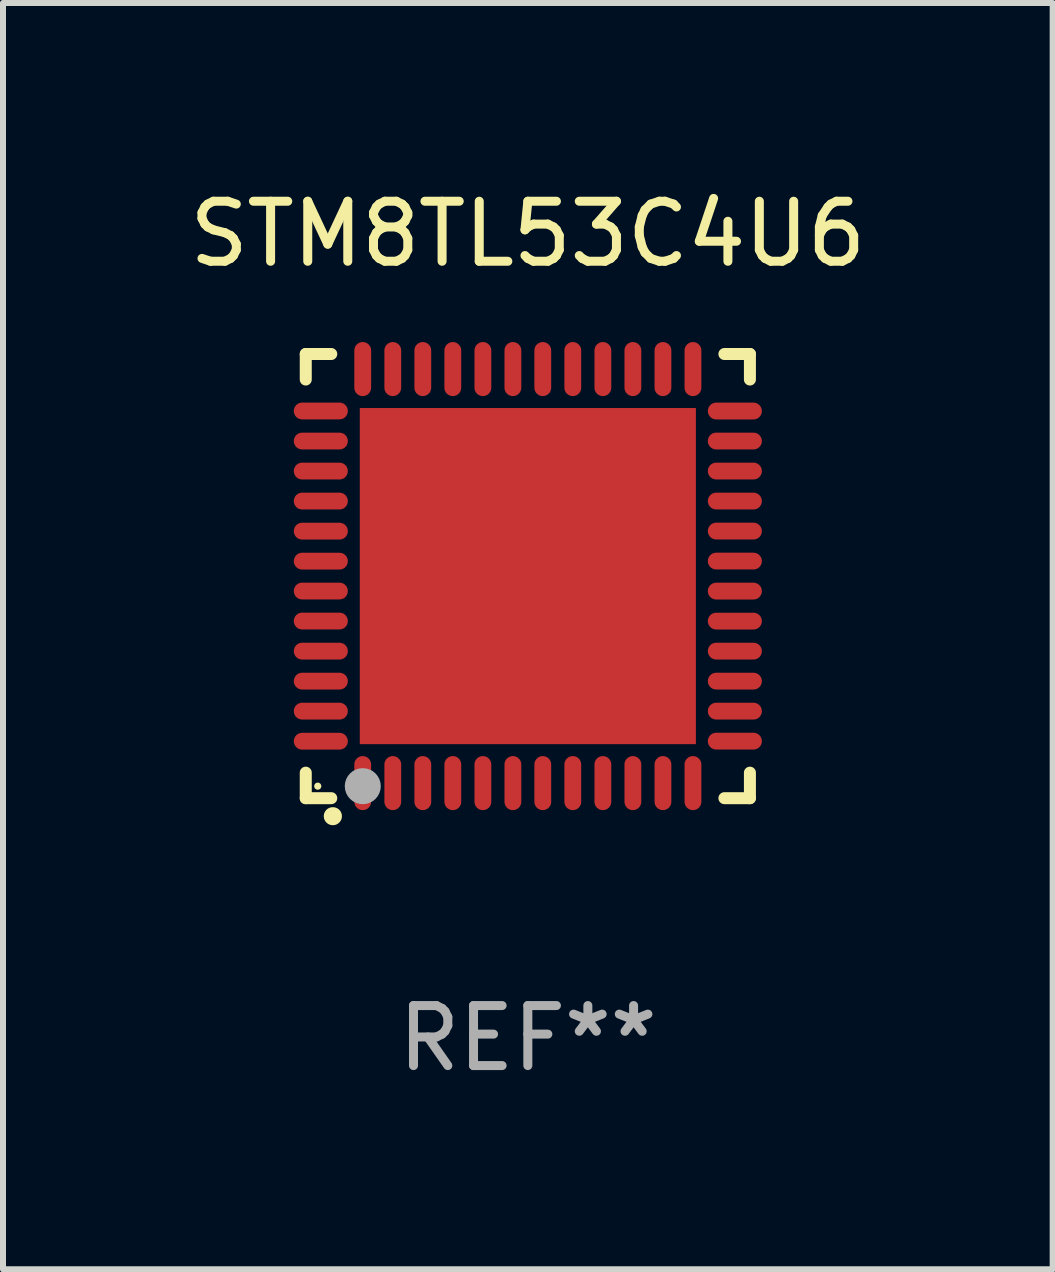
<source format=kicad_pcb>
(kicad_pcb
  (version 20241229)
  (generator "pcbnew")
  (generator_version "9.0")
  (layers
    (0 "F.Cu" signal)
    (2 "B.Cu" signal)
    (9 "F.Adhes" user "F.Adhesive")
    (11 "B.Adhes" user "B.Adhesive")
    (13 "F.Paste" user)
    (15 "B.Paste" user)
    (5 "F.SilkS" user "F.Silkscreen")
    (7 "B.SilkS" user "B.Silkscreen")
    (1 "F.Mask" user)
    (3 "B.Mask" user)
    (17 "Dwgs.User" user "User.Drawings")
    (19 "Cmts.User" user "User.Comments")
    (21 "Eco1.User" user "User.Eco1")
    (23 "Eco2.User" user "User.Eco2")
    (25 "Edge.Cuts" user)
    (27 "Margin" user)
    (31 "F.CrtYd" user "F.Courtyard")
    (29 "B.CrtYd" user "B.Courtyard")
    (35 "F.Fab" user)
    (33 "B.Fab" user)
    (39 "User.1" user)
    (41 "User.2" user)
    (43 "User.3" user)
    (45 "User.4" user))
  (footprint "STM8TL53C4U6"
    (layer "F.Cu")
    (at 5.744 6.548)
    (property "Reference" "STM8TL53C4U6" (at 0 -5.7 0) (layer "F.SilkS") (effects (font (size 1 1) (thickness 0.15))))
    (attr through_hole)
    (fp_line (start -3.7 -3.7) (end -3.275 -3.7) (stroke (width 0.2) (type solid)) (layer "F.SilkS"))
    (fp_line (start -3.7 -3.275) (end -3.7 -3.7) (stroke (width 0.2) (type solid)) (layer "F.SilkS"))
    (fp_line (start -3.7 3.7) (end -3.7 3.275) (stroke (width 0.2) (type solid)) (layer "F.SilkS"))
    (fp_line (start -3.275 3.7) (end -3.7 3.7) (stroke (width 0.2) (type solid)) (layer "F.SilkS"))
    (fp_line (start 3.7 -3.7) (end 3.275 -3.7) (stroke (width 0.2) (type solid)) (layer "F.SilkS"))
    (fp_line (start 3.7 -3.275) (end 3.7 -3.7) (stroke (width 0.2) (type solid)) (layer "F.SilkS"))
    (fp_line (start 3.7 3.275) (end 3.7 3.7) (stroke (width 0.2) (type solid)) (layer "F.SilkS"))
    (fp_line (start 3.7 3.7) (end 3.275 3.7) (stroke (width 0.2) (type solid)) (layer "F.SilkS"))
    (fp_arc (start -3.249936 3.999975) (mid -3.248666 3.99997) (end -3.247396 3.999975) (stroke (width 0.3) (type solid)) (layer "F.SilkS"))
    (fp_circle (center -3.5 3.5) (end -3.47 3.5) (stroke (width 0.06) (type solid)) (fill no) (layer "F.SilkS"))
    (fp_circle (center -2.75 3.5) (end -2.6 3.5) (stroke (width 0.3) (type solid)) (fill no) (layer "F.Fab"))
    (fp_text user "REF**" (at 0 7.7 0) (layer "F.Fab") (effects (font (size 1 1) (thickness 0.15))))
    (pad "1" smd oval (at -2.751 3.449) (size 0.28 0.9) (layers "F.Cu" "F.Mask" "F.Paste"))
    (pad "2" smd oval (at -2.25 3.449) (size 0.28 0.9) (layers "F.Cu" "F.Mask" "F.Paste"))
    (pad "3" smd oval (at -1.75 3.449) (size 0.28 0.9) (layers "F.Cu" "F.Mask" "F.Paste"))
    (pad "4" smd oval (at -1.25 3.449) (size 0.28 0.9) (layers "F.Cu" "F.Mask" "F.Paste"))
    (pad "5" smd oval (at -0.749 3.449) (size 0.28 0.9) (layers "F.Cu" "F.Mask" "F.Paste"))
    (pad "6" smd oval (at -0.249 3.449) (size 0.28 0.9) (layers "F.Cu" "F.Mask" "F.Paste"))
    (pad "7" smd oval (at 0.249 3.449) (size 0.28 0.9) (layers "F.Cu" "F.Mask" "F.Paste"))
    (pad "8" smd oval (at 0.749 3.449) (size 0.28 0.9) (layers "F.Cu" "F.Mask" "F.Paste"))
    (pad "9" smd oval (at 1.25 3.449) (size 0.28 0.9) (layers "F.Cu" "F.Mask" "F.Paste"))
    (pad "10" smd oval (at 1.75 3.449) (size 0.28 0.9) (layers "F.Cu" "F.Mask" "F.Paste"))
    (pad "11" smd oval (at 2.251 3.449) (size 0.28 0.9) (layers "F.Cu" "F.Mask" "F.Paste"))
    (pad "12" smd oval (at 2.751 3.449) (size 0.28 0.9) (layers "F.Cu" "F.Mask" "F.Paste"))
    (pad "13" smd oval (at 3.449 2.75) (size 0.9 0.28) (layers "F.Cu" "F.Mask" "F.Paste"))
    (pad "14" smd oval (at 3.449 2.25) (size 0.9 0.28) (layers "F.Cu" "F.Mask" "F.Paste"))
    (pad "15" smd oval (at 3.449 1.75) (size 0.9 0.28) (layers "F.Cu" "F.Mask" "F.Paste"))
    (pad "16" smd oval (at 3.449 1.25) (size 0.9 0.28) (layers "F.Cu" "F.Mask" "F.Paste"))
    (pad "17" smd oval (at 3.449 0.75) (size 0.9 0.28) (layers "F.Cu" "F.Mask" "F.Paste"))
    (pad "18" smd oval (at 3.449 0.25) (size 0.9 0.28) (layers "F.Cu" "F.Mask" "F.Paste"))
    (pad "19" smd oval (at 3.449 -0.25) (size 0.9 0.28) (layers "F.Cu" "F.Mask" "F.Paste"))
    (pad "20" smd oval (at 3.449 -0.75) (size 0.9 0.28) (layers "F.Cu" "F.Mask" "F.Paste"))
    (pad "21" smd oval (at 3.449 -1.25) (size 0.9 0.28) (layers "F.Cu" "F.Mask" "F.Paste"))
    (pad "22" smd oval (at 3.449 -1.75) (size 0.9 0.28) (layers "F.Cu" "F.Mask" "F.Paste"))
    (pad "23" smd oval (at 3.449 -2.25) (size 0.9 0.28) (layers "F.Cu" "F.Mask" "F.Paste"))
    (pad "24" smd oval (at 3.449 -2.75) (size 0.9 0.28) (layers "F.Cu" "F.Mask" "F.Paste"))
    (pad "25" smd oval (at 2.751 -3.449) (size 0.28 0.9) (layers "F.Cu" "F.Mask" "F.Paste"))
    (pad "26" smd oval (at 2.251 -3.449) (size 0.28 0.9) (layers "F.Cu" "F.Mask" "F.Paste"))
    (pad "27" smd oval (at 1.75 -3.449) (size 0.28 0.9) (layers "F.Cu" "F.Mask" "F.Paste"))
    (pad "28" smd oval (at 1.25 -3.449) (size 0.28 0.9) (layers "F.Cu" "F.Mask" "F.Paste"))
    (pad "29" smd oval (at 0.749 -3.449) (size 0.28 0.9) (layers "F.Cu" "F.Mask" "F.Paste"))
    (pad "30" smd oval (at 0.249 -3.449) (size 0.28 0.9) (layers "F.Cu" "F.Mask" "F.Paste"))
    (pad "31" smd oval (at -0.249 -3.449) (size 0.28 0.9) (layers "F.Cu" "F.Mask" "F.Paste"))
    (pad "32" smd oval (at -0.749 -3.449) (size 0.28 0.9) (layers "F.Cu" "F.Mask" "F.Paste"))
    (pad "33" smd oval (at -1.25 -3.449) (size 0.28 0.9) (layers "F.Cu" "F.Mask" "F.Paste"))
    (pad "34" smd oval (at -1.75 -3.449) (size 0.28 0.9) (layers "F.Cu" "F.Mask" "F.Paste"))
    (pad "35" smd oval (at -2.25 -3.449) (size 0.28 0.9) (layers "F.Cu" "F.Mask" "F.Paste"))
    (pad "36" smd oval (at -2.751 -3.449) (size 0.28 0.9) (layers "F.Cu" "F.Mask" "F.Paste"))
    (pad "37" smd oval (at -3.449 -2.751) (size 0.9 0.28) (layers "F.Cu" "F.Mask" "F.Paste"))
    (pad "38" smd oval (at -3.449 -2.25) (size 0.9 0.28) (layers "F.Cu" "F.Mask" "F.Paste"))
    (pad "39" smd oval (at -3.449 -1.75) (size 0.9 0.28) (layers "F.Cu" "F.Mask" "F.Paste"))
    (pad "40" smd oval (at -3.449 -1.25) (size 0.9 0.28) (layers "F.Cu" "F.Mask" "F.Paste"))
    (pad "41" smd oval (at -3.449 -0.749) (size 0.9 0.28) (layers "F.Cu" "F.Mask" "F.Paste"))
    (pad "42" smd oval (at -3.449 -0.249) (size 0.9 0.28) (layers "F.Cu" "F.Mask" "F.Paste"))
    (pad "43" smd oval (at -3.449 0.249) (size 0.9 0.28) (layers "F.Cu" "F.Mask" "F.Paste"))
    (pad "44" smd oval (at -3.449 0.749) (size 0.9 0.28) (layers "F.Cu" "F.Mask" "F.Paste"))
    (pad "45" smd oval (at -3.449 1.25) (size 0.9 0.28) (layers "F.Cu" "F.Mask" "F.Paste"))
    (pad "46" smd oval (at -3.449 1.75) (size 0.9 0.28) (layers "F.Cu" "F.Mask" "F.Paste"))
    (pad "47" smd oval (at -3.449 2.25) (size 0.9 0.28) (layers "F.Cu" "F.Mask" "F.Paste"))
    (pad "48" smd oval (at -3.449 2.751) (size 0.9 0.28) (layers "F.Cu" "F.Mask" "F.Paste"))
    (pad "49" smd rect (at 0.000076 -0.000025) (size 5.6 5.6) (layers "F.Cu" "F.Mask" "F.Paste")))
  (gr_rect
    (start -3 -3)
    (end 14.488 18.097)
    (stroke (width 0.1) (type default))
    (fill no)
    (layer "Edge.Cuts")))
</source>
